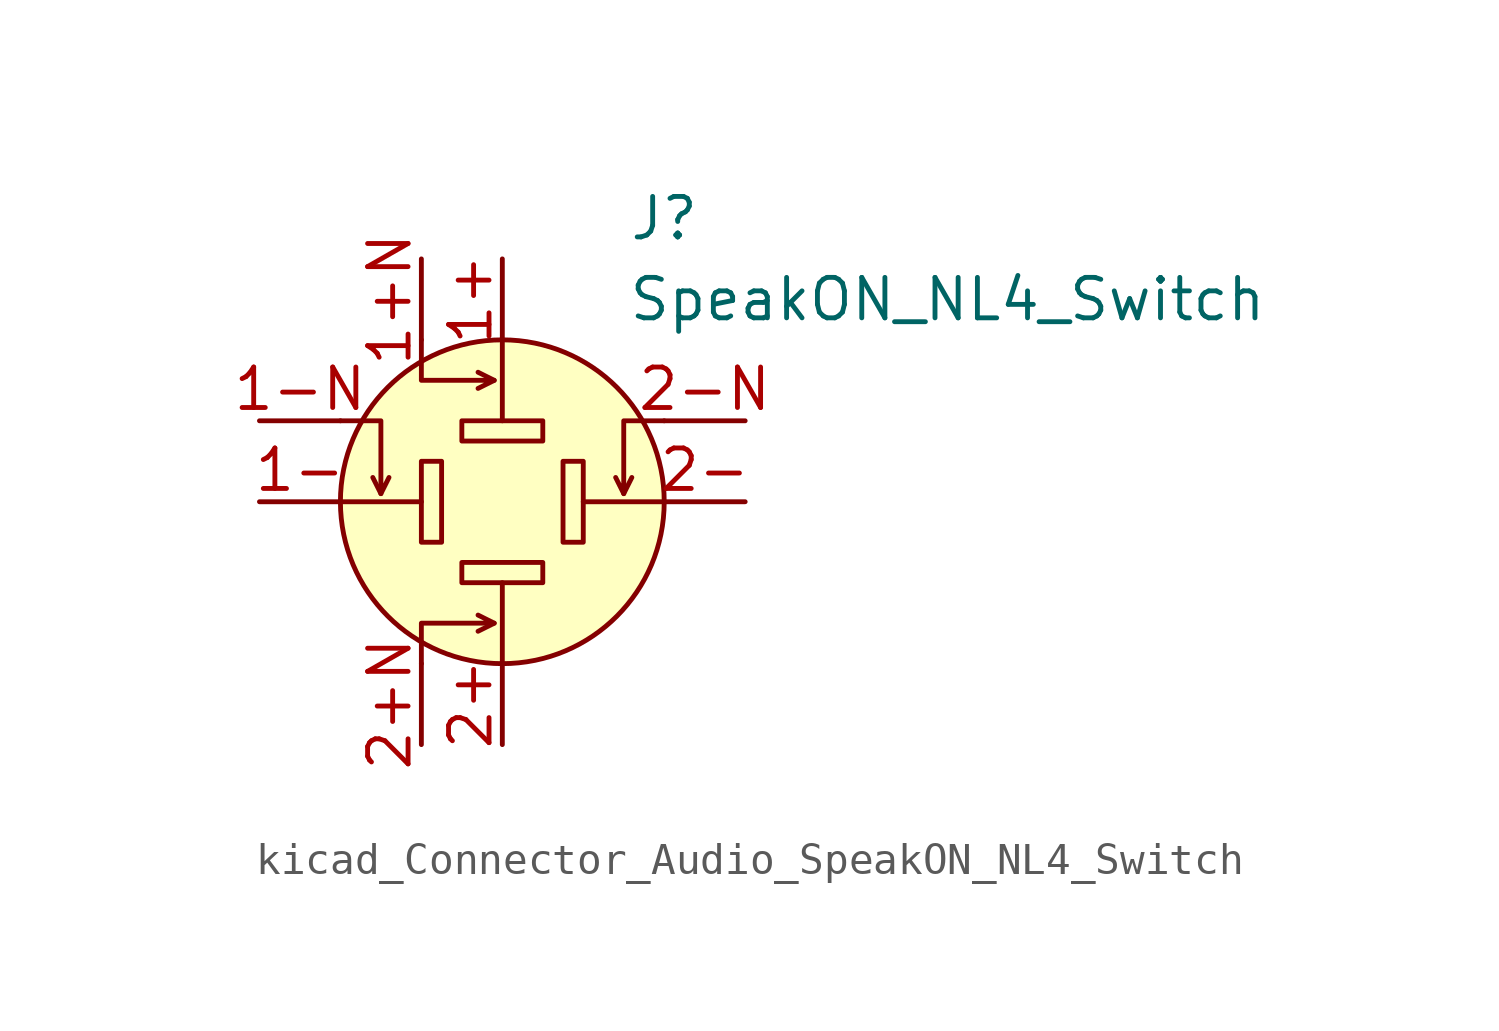
<source format=kicad_sym>
(kicad_symbol_lib
  (version 20220914)
  (generator kicad_symbol_editor)
  (symbol "kicad_Connector_Audio_SpeakON_NL4_Switch"
    (pin_names hide)
    (property "Reference" "J"
      (at 5.08 8.89 0)
      (effects (font (size 1.27 1.27))))
    (property "Value" "SpeakON_NL4_Switch"
      (at 13.97 6.35 0)
      (effects (font (size 1.27 1.27))))
    (symbol "kicad_Connector_Audio_SpeakON_NL4_Switch_0_1"
      (rectangle (start -2.54 1.27) (end -1.905 -1.27) (stroke (width 0) (type default)) (fill (type none)))
      (rectangle (start -1.27 -2.54) (end 1.27 -1.905) (stroke (width 0) (type default)) (fill (type none)))
      (rectangle (start -1.27 2.54) (end 1.27 1.905) (stroke (width 0) (type default)) (fill (type none)))
      (polyline (pts (xy -5.08 0) (xy -2.54 0)) (stroke (width 0) (type default)) (fill (type none)))
      (polyline (pts (xy 0 -5.08) (xy 0 -2.54)) (stroke (width 0) (type default)) (fill (type none)))
      (polyline (pts (xy 0 5.08) (xy 0 2.54)) (stroke (width 0) (type default)) (fill (type none)))
      (polyline (pts (xy 5.08 0) (xy 2.54 0)) (stroke (width 0) (type default)) (fill (type none)))
      (circle (center 0 0) (radius 5.08) (stroke (width 0) (type default)) (fill (type background)))
      (rectangle (start 2.54 1.27) (end 1.905 -1.27) (stroke (width 0) (type default)) (fill (type none)))
      (pin passive line (at -7.62 0 0) (length 2.54) (name "1-" (effects (font (size 1.27 1.27)))) (number "1-" (effects (font (size 1.27 1.27)))))
      (pin passive line (at -7.62 2.54 0) (length 2.54) (name "1-N" (effects (font (size 1.27 1.27)))) (number "1-N" (effects (font (size 1.27 1.27)))))
      (pin passive line (at 0 -7.62 90) (length 2.54) (name "2+" (effects (font (size 1.27 1.27)))) (number "2+" (effects (font (size 1.27 1.27)))))
      (pin passive line (at -2.54 -7.62 90) (length 2.54) (name "2+N" (effects (font (size 1.27 1.27)))) (number "2+N" (effects (font (size 1.27 1.27)))))
      (pin passive line (at 7.62 0 180) (length 2.54) (name "2-" (effects (font (size 1.27 1.27)))) (number "2-" (effects (font (size 1.27 1.27))))))
    (symbol "kicad_Connector_Audio_SpeakON_NL4_Switch_1_1"
      (polyline (pts (xy -3.81 0.254) (xy -4.064 0.762)) (stroke (width 0) (type default)) (fill (type none)))
      (polyline (pts (xy -0.254 -3.81) (xy -0.762 -4.064)) (stroke (width 0) (type default)) (fill (type none)))
      (polyline (pts (xy -0.254 3.81) (xy -0.762 4.064)) (stroke (width 0) (type default)) (fill (type none)))
      (polyline (pts (xy 3.81 0.254) (xy 4.064 0.762)) (stroke (width 0) (type default)) (fill (type none)))
      (polyline (pts (xy -5.08 2.54) (xy -3.81 2.54) (xy -3.81 0.254) (xy -3.556 0.762)) (stroke (width 0) (type default)) (fill (type none)))
      (polyline (pts (xy -2.54 -5.08) (xy -2.54 -3.81) (xy -0.254 -3.81) (xy -0.762 -3.556)) (stroke (width 0) (type default)) (fill (type none)))
      (polyline (pts (xy -2.54 5.08) (xy -2.54 3.81) (xy -0.254 3.81) (xy -0.762 3.556)) (stroke (width 0) (type default)) (fill (type none)))
      (polyline (pts (xy 5.08 2.54) (xy 3.81 2.54) (xy 3.81 0.254) (xy 3.556 0.762)) (stroke (width 0) (type default)) (fill (type none)))
      (pin passive line (at 0 7.62 270) (length 2.54) (name "1+" (effects (font (size 1.27 1.27)))) (number "1+" (effects (font (size 1.27 1.27)))))
      (pin passive line (at -2.54 7.62 270) (length 2.54) (name "1+N" (effects (font (size 1.27 1.27)))) (number "1+N" (effects (font (size 1.27 1.27)))))
      (pin passive line (at 7.62 2.54 180) (length 2.54) (name "2-N" (effects (font (size 1.27 1.27)))) (number "2-N" (effects (font (size 1.27 1.27))))))))
</source>
